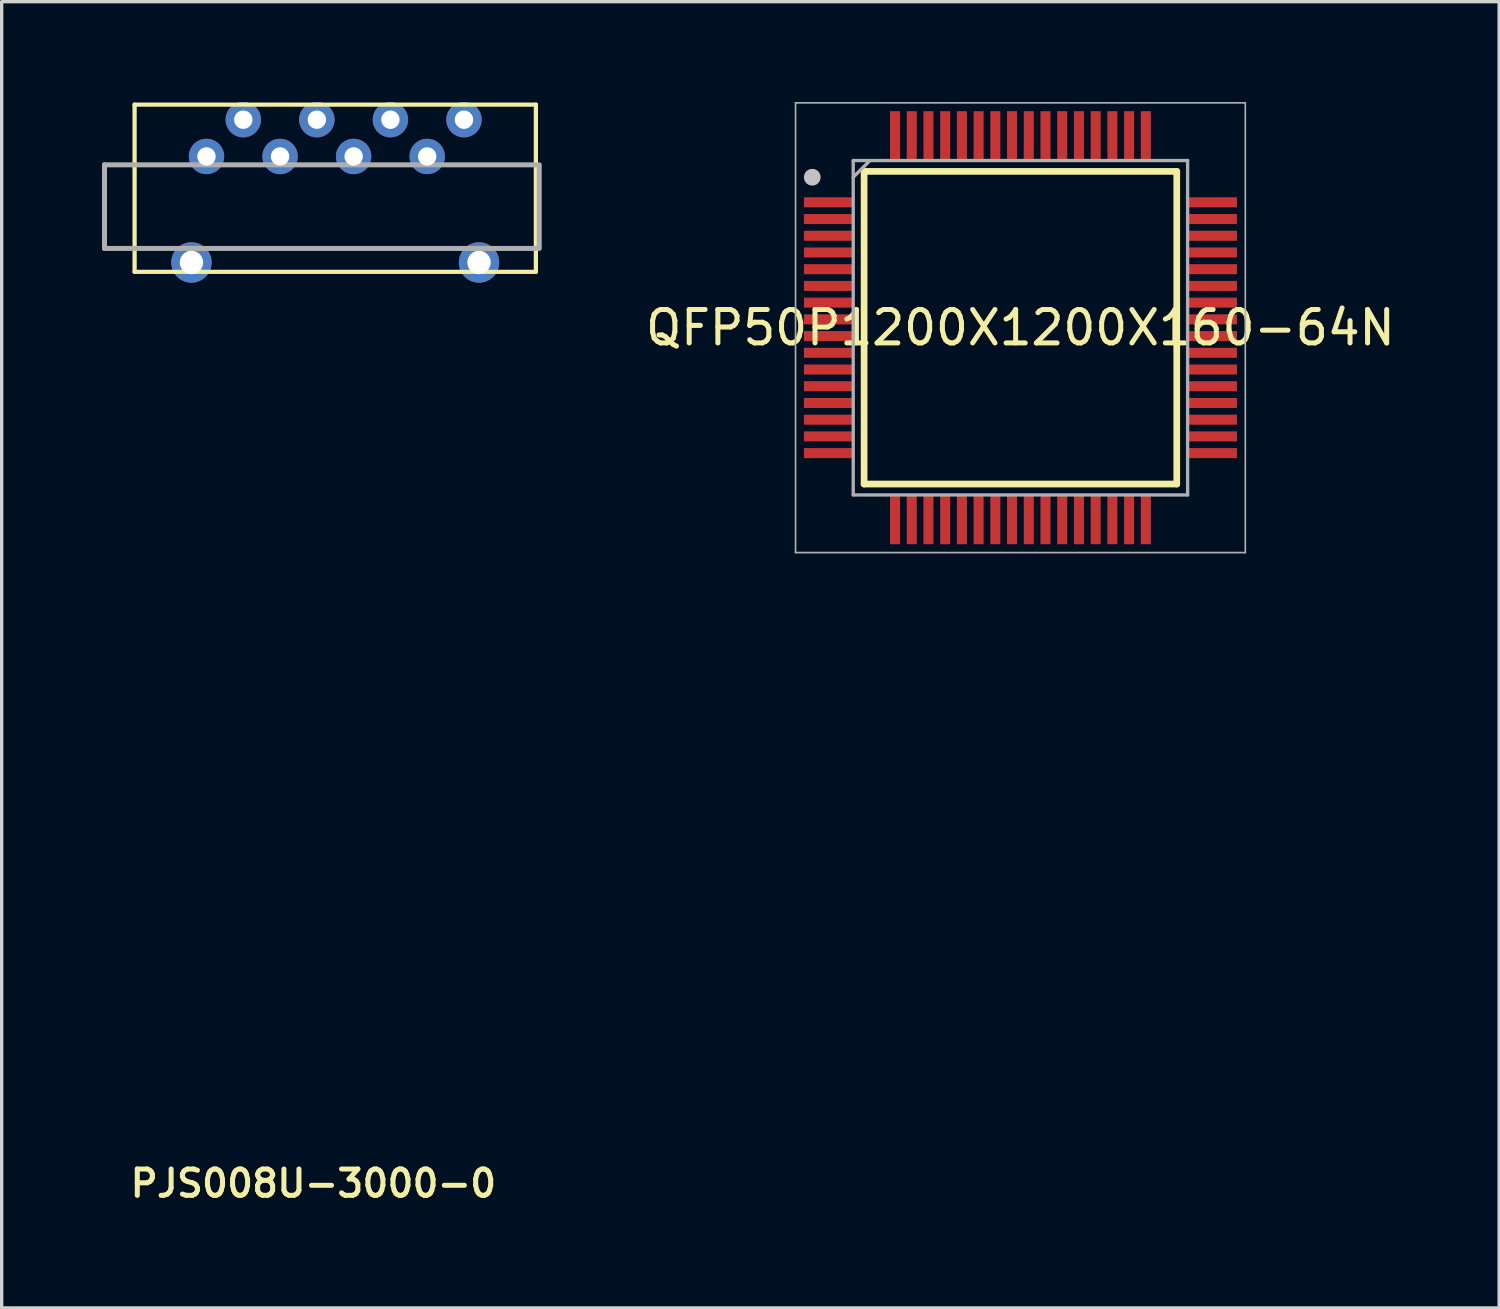
<source format=kicad_pcb>
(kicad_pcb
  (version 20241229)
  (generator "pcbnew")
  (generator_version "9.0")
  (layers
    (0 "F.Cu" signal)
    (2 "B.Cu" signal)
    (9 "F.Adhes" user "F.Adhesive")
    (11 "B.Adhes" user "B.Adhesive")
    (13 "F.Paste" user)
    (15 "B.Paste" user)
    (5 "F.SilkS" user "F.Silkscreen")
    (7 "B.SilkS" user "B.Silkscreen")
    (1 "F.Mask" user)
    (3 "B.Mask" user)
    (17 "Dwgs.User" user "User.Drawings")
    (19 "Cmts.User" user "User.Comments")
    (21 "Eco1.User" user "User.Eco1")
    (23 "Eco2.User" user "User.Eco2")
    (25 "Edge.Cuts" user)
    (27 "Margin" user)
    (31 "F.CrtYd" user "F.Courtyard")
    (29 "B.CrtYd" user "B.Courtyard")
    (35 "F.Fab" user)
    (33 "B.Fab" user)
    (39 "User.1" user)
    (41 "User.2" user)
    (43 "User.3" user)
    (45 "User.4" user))
  (footprint "PJS008U-3000-0"
    (layer "F.Cu")
    (at 6.575 3.129)
    (property "Reference" "PJS008U-3000-0" (at -0.254 29.21 180) (layer "F.SilkS") (effects (font (size 0.787 0.787) (thickness 0.15))))
    (attr through_hole)
    (fp_line (start -5.6 -3.05) (end -5.6 1.95) (stroke (width 0.127) (type solid)) (layer "F.SilkS"))
    (fp_line (start -5.6 1.95) (end 6.4 1.95) (stroke (width 0.127) (type solid)) (layer "F.SilkS"))
    (fp_line (start 6.4 -3.05) (end -5.6 -3.05) (stroke (width 0.127) (type solid)) (layer "F.SilkS"))
    (fp_line (start 6.4 1.95) (end 6.4 -3.05) (stroke (width 0.127) (type solid)) (layer "F.SilkS"))
    (fp_line (start -6.5 -1.25) (end 6.4 -1.25) (stroke (width 0.15) (type solid)) (layer "F.Fab"))
    (fp_line (start -6.5 1.25) (end -6.5 -1.25) (stroke (width 0.15) (type solid)) (layer "F.Fab"))
    (fp_line (start 6.4 1.25) (end -6.5 1.25) (stroke (width 0.15) (type solid)) (layer "F.Fab"))
    (fp_line (start 6.5 -1.25) (end 6.5 1.25) (stroke (width 0.15) (type solid)) (layer "F.Fab"))
    (pad "P$1" thru_hole circle (at -3.45 -1.5) (size 1.058 1.058) (drill 0.55) (layers "*.Cu" "*.Mask"))
    (pad "P$2" thru_hole circle (at -2.35 -2.6) (size 1.058 1.058) (drill 0.55) (layers "*.Cu" "*.Mask"))
    (pad "P$3" thru_hole circle (at -1.25 -1.5) (size 1.058 1.058) (drill 0.55) (layers "*.Cu" "*.Mask"))
    (pad "P$4" thru_hole circle (at -0.15 -2.6) (size 1.058 1.058) (drill 0.55) (layers "*.Cu" "*.Mask"))
    (pad "P$5" thru_hole circle (at 0.95 -1.5) (size 1.058 1.058) (drill 0.55) (layers "*.Cu" "*.Mask"))
    (pad "P$6" thru_hole circle (at 2.05 -2.6) (size 1.058 1.058) (drill 0.55) (layers "*.Cu" "*.Mask"))
    (pad "P$7" thru_hole circle (at 3.15 -1.5) (size 1.058 1.058) (drill 0.55) (layers "*.Cu" "*.Mask"))
    (pad "P$8" thru_hole circle (at 4.25 -2.6) (size 1.058 1.058) (drill 0.55) (layers "*.Cu" "*.Mask"))
    (pad "P$9" thru_hole circle (at -3.9 1.67) (size 1.208 1.208) (drill 0.7) (layers "*.Cu" "*.Mask"))
    (pad "P$10" thru_hole circle (at 4.7 1.67) (size 1.208 1.208) (drill 0.7) (layers "*.Cu" "*.Mask")))
  (footprint "QFP50P1200X1200X160-64N"
    (layer "F.Cu")
    (at 27.465 6.75)
    (property "Reference" "QFP50P1200X1200X160-64N" (at 0 0 0) (layer "F.SilkS") (effects (font (size 1 1) (thickness 0.15))))
    (attr smd)
    (fp_line (start -4.675 -4.675) (end 4.675 -4.675) (stroke (width 0.2) (type solid)) (layer "F.SilkS"))
    (fp_line (start -4.675 4.675) (end -4.675 -4.675) (stroke (width 0.2) (type solid)) (layer "F.SilkS"))
    (fp_line (start 4.675 -4.675) (end 4.675 4.675) (stroke (width 0.2) (type solid)) (layer "F.SilkS"))
    (fp_line (start 4.675 4.675) (end -4.675 4.675) (stroke (width 0.2) (type solid)) (layer "F.SilkS"))
    (fp_circle (center -6.225 -4.5) (end -6.1 -4.5) (stroke (width 0.25) (type solid)) (fill no) (layer "Dwgs.User"))
    (fp_line (start -6.725 -6.725) (end 6.725 -6.725) (stroke (width 0.05) (type solid)) (layer "F.Fab"))
    (fp_line (start -6.725 6.725) (end -6.725 -6.725) (stroke (width 0.05) (type solid)) (layer "F.Fab"))
    (fp_line (start -5 -5) (end 5 -5) (stroke (width 0.1) (type solid)) (layer "F.Fab"))
    (fp_line (start -5 -4.5) (end -4.5 -5) (stroke (width 0.1) (type solid)) (layer "F.Fab"))
    (fp_line (start -5 5) (end -5 -5) (stroke (width 0.1) (type solid)) (layer "F.Fab"))
    (fp_line (start 5 -5) (end 5 5) (stroke (width 0.1) (type solid)) (layer "F.Fab"))
    (fp_line (start 5 5) (end -5 5) (stroke (width 0.1) (type solid)) (layer "F.Fab"))
    (fp_line (start 6.725 -6.725) (end 6.725 6.725) (stroke (width 0.05) (type solid)) (layer "F.Fab"))
    (fp_line (start 6.725 6.725) (end -6.725 6.725) (stroke (width 0.05) (type solid)) (layer "F.Fab"))
    (pad "1" smd rect (at -5.75 -3.75) (size 1.45 0.3) (layers "F.Cu" "F.Mask" "F.Paste"))
    (pad "2" smd rect (at -5.75 -3.25) (size 1.45 0.3) (layers "F.Cu" "F.Mask" "F.Paste"))
    (pad "3" smd rect (at -5.75 -2.75) (size 1.45 0.3) (layers "F.Cu" "F.Mask" "F.Paste"))
    (pad "4" smd rect (at -5.75 -2.25) (size 1.45 0.3) (layers "F.Cu" "F.Mask" "F.Paste"))
    (pad "5" smd rect (at -5.75 -1.75) (size 1.45 0.3) (layers "F.Cu" "F.Mask" "F.Paste"))
    (pad "6" smd rect (at -5.75 -1.25) (size 1.45 0.3) (layers "F.Cu" "F.Mask" "F.Paste"))
    (pad "7" smd rect (at -5.75 -0.75) (size 1.45 0.3) (layers "F.Cu" "F.Mask" "F.Paste"))
    (pad "8" smd rect (at -5.75 -0.25) (size 1.45 0.3) (layers "F.Cu" "F.Mask" "F.Paste"))
    (pad "9" smd rect (at -5.75 0.25) (size 1.45 0.3) (layers "F.Cu" "F.Mask" "F.Paste"))
    (pad "10" smd rect (at -5.75 0.75) (size 1.45 0.3) (layers "F.Cu" "F.Mask" "F.Paste"))
    (pad "11" smd rect (at -5.75 1.25) (size 1.45 0.3) (layers "F.Cu" "F.Mask" "F.Paste"))
    (pad "12" smd rect (at -5.75 1.75) (size 1.45 0.3) (layers "F.Cu" "F.Mask" "F.Paste"))
    (pad "13" smd rect (at -5.75 2.25) (size 1.45 0.3) (layers "F.Cu" "F.Mask" "F.Paste"))
    (pad "14" smd rect (at -5.75 2.75) (size 1.45 0.3) (layers "F.Cu" "F.Mask" "F.Paste"))
    (pad "15" smd rect (at -5.75 3.25) (size 1.45 0.3) (layers "F.Cu" "F.Mask" "F.Paste"))
    (pad "16" smd rect (at -5.75 3.75) (size 1.45 0.3) (layers "F.Cu" "F.Mask" "F.Paste"))
    (pad "17" smd rect (at -3.75 5.75) (size 0.3 1.45) (layers "F.Cu" "F.Mask" "F.Paste"))
    (pad "18" smd rect (at -3.25 5.75) (size 0.3 1.45) (layers "F.Cu" "F.Mask" "F.Paste"))
    (pad "19" smd rect (at -2.75 5.75) (size 0.3 1.45) (layers "F.Cu" "F.Mask" "F.Paste"))
    (pad "20" smd rect (at -2.25 5.75) (size 0.3 1.45) (layers "F.Cu" "F.Mask" "F.Paste"))
    (pad "21" smd rect (at -1.75 5.75) (size 0.3 1.45) (layers "F.Cu" "F.Mask" "F.Paste"))
    (pad "22" smd rect (at -1.25 5.75) (size 0.3 1.45) (layers "F.Cu" "F.Mask" "F.Paste"))
    (pad "23" smd rect (at -0.75 5.75) (size 0.3 1.45) (layers "F.Cu" "F.Mask" "F.Paste"))
    (pad "24" smd rect (at -0.25 5.75) (size 0.3 1.45) (layers "F.Cu" "F.Mask" "F.Paste"))
    (pad "25" smd rect (at 0.25 5.75) (size 0.3 1.45) (layers "F.Cu" "F.Mask" "F.Paste"))
    (pad "26" smd rect (at 0.75 5.75) (size 0.3 1.45) (layers "F.Cu" "F.Mask" "F.Paste"))
    (pad "27" smd rect (at 1.25 5.75) (size 0.3 1.45) (layers "F.Cu" "F.Mask" "F.Paste"))
    (pad "28" smd rect (at 1.75 5.75) (size 0.3 1.45) (layers "F.Cu" "F.Mask" "F.Paste"))
    (pad "29" smd rect (at 2.25 5.75) (size 0.3 1.45) (layers "F.Cu" "F.Mask" "F.Paste"))
    (pad "30" smd rect (at 2.75 5.75) (size 0.3 1.45) (layers "F.Cu" "F.Mask" "F.Paste"))
    (pad "31" smd rect (at 3.25 5.75) (size 0.3 1.45) (layers "F.Cu" "F.Mask" "F.Paste"))
    (pad "32" smd rect (at 3.75 5.75) (size 0.3 1.45) (layers "F.Cu" "F.Mask" "F.Paste"))
    (pad "33" smd rect (at 5.75 3.75) (size 1.45 0.3) (layers "F.Cu" "F.Mask" "F.Paste"))
    (pad "34" smd rect (at 5.75 3.25) (size 1.45 0.3) (layers "F.Cu" "F.Mask" "F.Paste"))
    (pad "35" smd rect (at 5.75 2.75) (size 1.45 0.3) (layers "F.Cu" "F.Mask" "F.Paste"))
    (pad "36" smd rect (at 5.75 2.25) (size 1.45 0.3) (layers "F.Cu" "F.Mask" "F.Paste"))
    (pad "37" smd rect (at 5.75 1.75) (size 1.45 0.3) (layers "F.Cu" "F.Mask" "F.Paste"))
    (pad "38" smd rect (at 5.75 1.25) (size 1.45 0.3) (layers "F.Cu" "F.Mask" "F.Paste"))
    (pad "39" smd rect (at 5.75 0.75) (size 1.45 0.3) (layers "F.Cu" "F.Mask" "F.Paste"))
    (pad "40" smd rect (at 5.75 0.25) (size 1.45 0.3) (layers "F.Cu" "F.Mask" "F.Paste"))
    (pad "41" smd rect (at 5.75 -0.25) (size 1.45 0.3) (layers "F.Cu" "F.Mask" "F.Paste"))
    (pad "42" smd rect (at 5.75 -0.75) (size 1.45 0.3) (layers "F.Cu" "F.Mask" "F.Paste"))
    (pad "43" smd rect (at 5.75 -1.25) (size 1.45 0.3) (layers "F.Cu" "F.Mask" "F.Paste"))
    (pad "44" smd rect (at 5.75 -1.75) (size 1.45 0.3) (layers "F.Cu" "F.Mask" "F.Paste"))
    (pad "45" smd rect (at 5.75 -2.25) (size 1.45 0.3) (layers "F.Cu" "F.Mask" "F.Paste"))
    (pad "46" smd rect (at 5.75 -2.75) (size 1.45 0.3) (layers "F.Cu" "F.Mask" "F.Paste"))
    (pad "47" smd rect (at 5.75 -3.25) (size 1.45 0.3) (layers "F.Cu" "F.Mask" "F.Paste"))
    (pad "48" smd rect (at 5.75 -3.75) (size 1.45 0.3) (layers "F.Cu" "F.Mask" "F.Paste"))
    (pad "49" smd rect (at 3.75 -5.75) (size 0.3 1.45) (layers "F.Cu" "F.Mask" "F.Paste"))
    (pad "50" smd rect (at 3.25 -5.75) (size 0.3 1.45) (layers "F.Cu" "F.Mask" "F.Paste"))
    (pad "51" smd rect (at 2.75 -5.75) (size 0.3 1.45) (layers "F.Cu" "F.Mask" "F.Paste"))
    (pad "52" smd rect (at 2.25 -5.75) (size 0.3 1.45) (layers "F.Cu" "F.Mask" "F.Paste"))
    (pad "53" smd rect (at 1.75 -5.75) (size 0.3 1.45) (layers "F.Cu" "F.Mask" "F.Paste"))
    (pad "54" smd rect (at 1.25 -5.75) (size 0.3 1.45) (layers "F.Cu" "F.Mask" "F.Paste"))
    (pad "55" smd rect (at 0.75 -5.75) (size 0.3 1.45) (layers "F.Cu" "F.Mask" "F.Paste"))
    (pad "56" smd rect (at 0.25 -5.75) (size 0.3 1.45) (layers "F.Cu" "F.Mask" "F.Paste"))
    (pad "57" smd rect (at -0.25 -5.75) (size 0.3 1.45) (layers "F.Cu" "F.Mask" "F.Paste"))
    (pad "58" smd rect (at -0.75 -5.75) (size 0.3 1.45) (layers "F.Cu" "F.Mask" "F.Paste"))
    (pad "59" smd rect (at -1.25 -5.75) (size 0.3 1.45) (layers "F.Cu" "F.Mask" "F.Paste"))
    (pad "60" smd rect (at -1.75 -5.75) (size 0.3 1.45) (layers "F.Cu" "F.Mask" "F.Paste"))
    (pad "61" smd rect (at -2.25 -5.75) (size 0.3 1.45) (layers "F.Cu" "F.Mask" "F.Paste"))
    (pad "62" smd rect (at -2.75 -5.75) (size 0.3 1.45) (layers "F.Cu" "F.Mask" "F.Paste"))
    (pad "63" smd rect (at -3.25 -5.75) (size 0.3 1.45) (layers "F.Cu" "F.Mask" "F.Paste"))
    (pad "64" smd rect (at -3.75 -5.75) (size 0.3 1.45) (layers "F.Cu" "F.Mask" "F.Paste")))
  (gr_rect
    (start -3 -3)
    (end 41.781 36.063)
    (stroke (width 0.1) (type default))
    (fill no)
    (layer "Edge.Cuts")))
</source>
